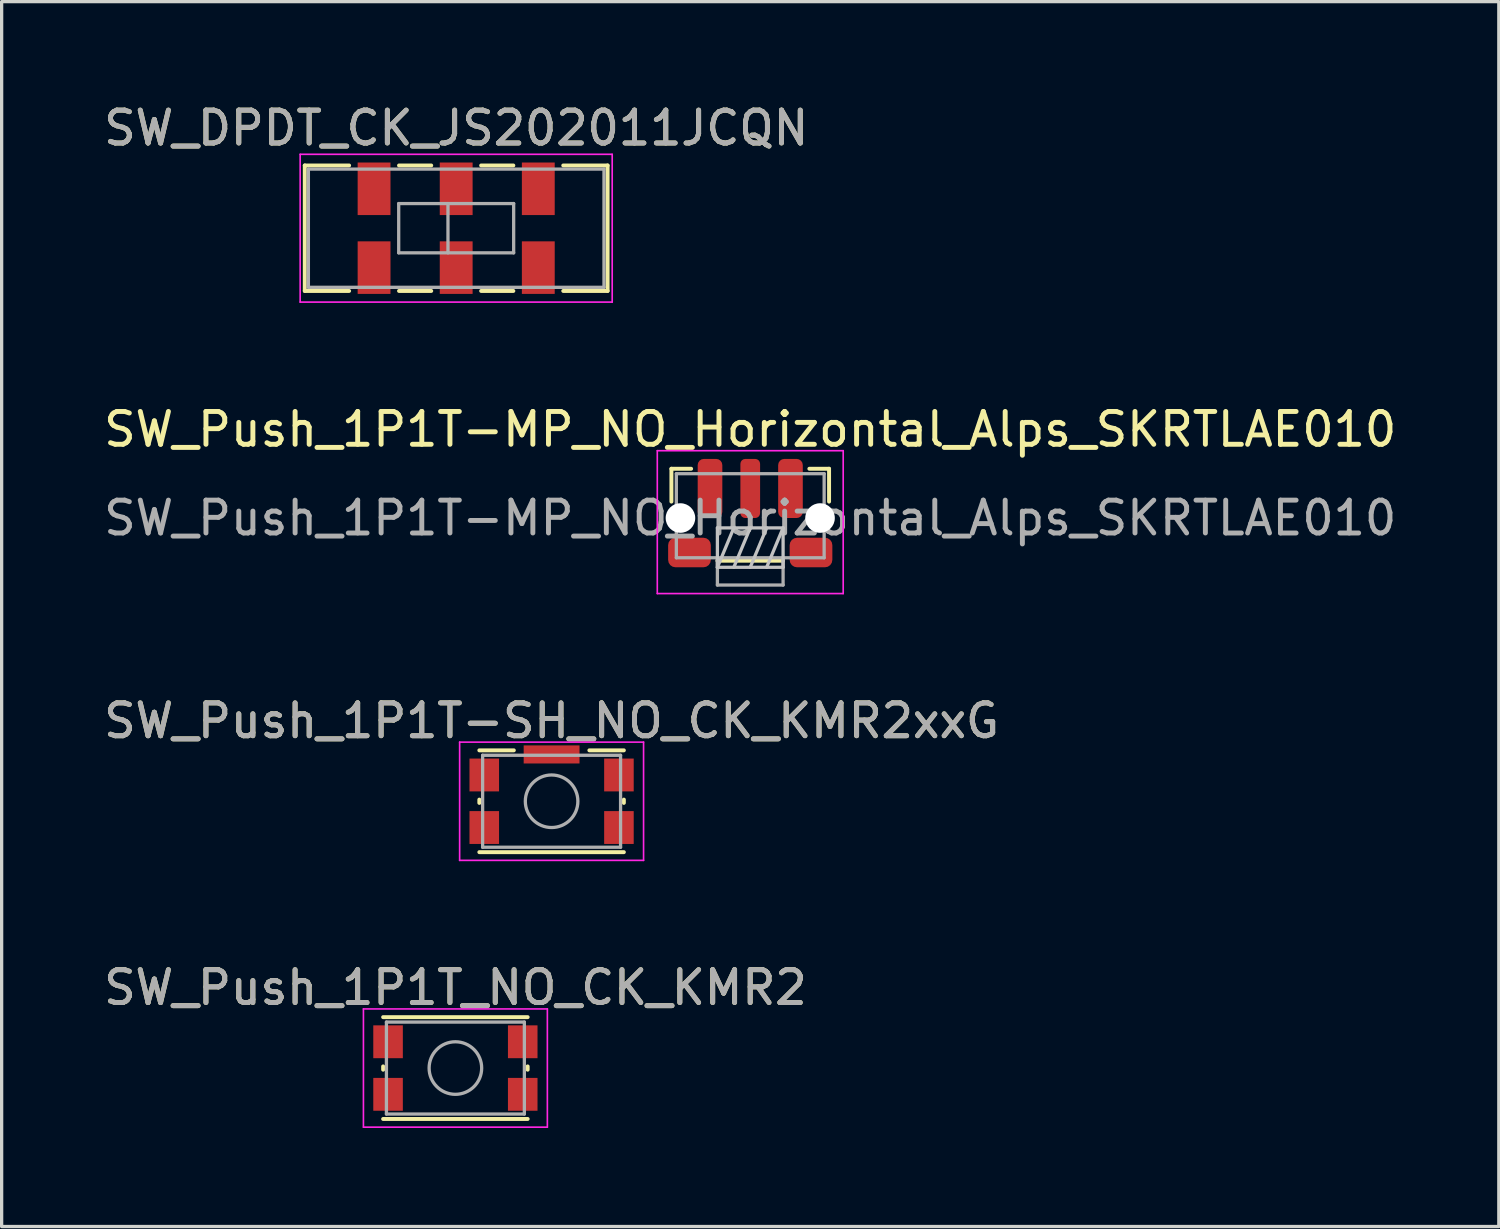
<source format=kicad_pcb>
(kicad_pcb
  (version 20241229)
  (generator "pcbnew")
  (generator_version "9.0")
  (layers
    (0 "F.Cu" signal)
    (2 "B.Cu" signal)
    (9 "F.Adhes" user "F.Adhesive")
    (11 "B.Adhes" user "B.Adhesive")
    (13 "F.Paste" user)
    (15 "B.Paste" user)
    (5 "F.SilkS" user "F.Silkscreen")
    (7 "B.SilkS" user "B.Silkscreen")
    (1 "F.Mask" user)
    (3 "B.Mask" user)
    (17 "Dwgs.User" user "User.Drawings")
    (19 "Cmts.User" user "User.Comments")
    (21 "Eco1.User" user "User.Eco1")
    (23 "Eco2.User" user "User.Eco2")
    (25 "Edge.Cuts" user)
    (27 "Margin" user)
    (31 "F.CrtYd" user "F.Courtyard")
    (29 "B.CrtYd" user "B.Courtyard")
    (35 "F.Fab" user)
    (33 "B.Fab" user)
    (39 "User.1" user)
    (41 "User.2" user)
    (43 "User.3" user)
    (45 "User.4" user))
  (footprint "SW_Push_1P1T-MP_NO_Horizontal_Alps_SKRTLAE010"
    (layer "F.Cu")
    (at 19.792 12.722)
    (property "Reference" "SW_Push_1P1T-MP_NO_Horizontal_Alps_SKRTLAE010" (at 0 -2.7 180) (layer "F.SilkS") (effects (font (size 1 1) (thickness 0.15))))
    (attr smd)
    (fp_line (start -2.4 -1.5) (end -2.4 -0.5) (stroke (width 0.12) (type solid)) (layer "F.SilkS"))
    (fp_line (start -1.8 -1.5) (end -2.4 -1.5) (stroke (width 0.12) (type solid)) (layer "F.SilkS"))
    (fp_line (start -1 1.3) (end 1 1.3) (stroke (width 0.12) (type solid)) (layer "F.SilkS"))
    (fp_line (start 1.8 -1.5) (end 2.4 -1.5) (stroke (width 0.12) (type solid)) (layer "F.SilkS"))
    (fp_line (start 2.4 -1.5) (end 2.4 -0.5) (stroke (width 0.12) (type solid)) (layer "F.SilkS"))
    (fp_line (start -1 0.3) (end -1 1.5) (stroke (width 0.1) (type solid)) (layer "Dwgs.User"))
    (fp_line (start -1 1.5) (end -0.5 0.3) (stroke (width 0.1) (type solid)) (layer "Dwgs.User"))
    (fp_line (start -1 1.5) (end 1 1.5) (stroke (width 0.1) (type solid)) (layer "Dwgs.User"))
    (fp_line (start -0.5 1.5) (end 0 0.3) (stroke (width 0.1) (type solid)) (layer "Dwgs.User"))
    (fp_line (start 0 1.5) (end 0.5 0.3) (stroke (width 0.1) (type solid)) (layer "Dwgs.User"))
    (fp_line (start 0.5 1.5) (end 1 0.3) (stroke (width 0.1) (type solid)) (layer "Dwgs.User"))
    (fp_line (start 1 0.3) (end -1 0.3) (stroke (width 0.1) (type solid)) (layer "Dwgs.User"))
    (fp_line (start 1 1.5) (end 1 0.3) (stroke (width 0.1) (type solid)) (layer "Dwgs.User"))
    (fp_line (start -2.83 -2.05) (end -2.83 2.3) (stroke (width 0.05) (type solid)) (layer "F.CrtYd"))
    (fp_line (start -2.83 -2.05) (end 2.83 -2.05) (stroke (width 0.05) (type solid)) (layer "F.CrtYd"))
    (fp_line (start -2.83 2.3) (end 2.83 2.3) (stroke (width 0.05) (type solid)) (layer "F.CrtYd"))
    (fp_line (start 2.83 -2.05) (end 2.83 2.3) (stroke (width 0.05) (type solid)) (layer "F.CrtYd"))
    (fp_line (start -2.25 -1.35) (end -2.25 1.21) (stroke (width 0.1) (type solid)) (layer "F.Fab"))
    (fp_line (start -2.25 -1.35) (end 2.25 -1.35) (stroke (width 0.1) (type solid)) (layer "F.Fab"))
    (fp_line (start -2.25 1.21) (end 2.25 1.21) (stroke (width 0.1) (type solid)) (layer "F.Fab"))
    (fp_line (start -1 2.04) (end -1 1.21) (stroke (width 0.1) (type solid)) (layer "F.Fab"))
    (fp_line (start -1 2.04) (end 1 2.04) (stroke (width 0.1) (type solid)) (layer "F.Fab"))
    (fp_line (start 1 2.04) (end 1 1.21) (stroke (width 0.1) (type solid)) (layer "F.Fab"))
    (fp_line (start 2.25 -1.35) (end 2.25 1.21) (stroke (width 0.1) (type solid)) (layer "F.Fab"))
    (fp_text user "${REFERENCE}" (at 0 0 0) (layer "F.Fab") (effects (font (size 1 1) (thickness 0.15))))
    (pad "" np_thru_hole circle (at -2.125 0) (size 0.9 0.9) (drill 0.9) (layers "*.Cu" "*.Mask"))
    (pad "" np_thru_hole circle (at 2.125 0) (size 0.9 0.9) (drill 0.9) (layers "*.Cu" "*.Mask"))
    (pad "1" smd roundrect (at -1.225 -0.9) (size 0.75 1.8) (layers "F.Cu" "F.Mask" "F.Paste") (roundrect_rratio 0.25))
    (pad "1" smd roundrect (at 1.225 -0.9) (size 0.75 1.8) (layers "F.Cu" "F.Mask" "F.Paste") (roundrect_rratio 0.25))
    (pad "2" smd roundrect (at 0 -0.9) (size 0.6 1.8) (layers "F.Cu" "F.Mask" "F.Paste") (roundrect_rratio 0.25))
    (pad "MP" smd roundrect (at -1.85 1.05) (size 1.3 0.9) (layers "F.Cu" "F.Mask" "F.Paste") (roundrect_rratio 0.25))
    (pad "MP" smd roundrect (at 1.85 1.05) (size 1.3 0.9) (layers "F.Cu" "F.Mask" "F.Paste") (roundrect_rratio 0.25)))
  (footprint "SW_Push_1P1T_NO_CK_KMR2"
    (layer "F.Cu")
    (at 10.815 29.468)
    (property "Reference" "SW_Push_1P1T_NO_CK_KMR2" (at 0 -2.45 0) (layer "F.SilkS") (effects (font (size 1 1) (thickness 0.15))))
    (attr smd)
    (fp_line (start -2.2 0.05) (end -2.2 -0.05) (stroke (width 0.12) (type solid)) (layer "F.SilkS"))
    (fp_line (start -2.2 1.55) (end 2.2 1.55) (stroke (width 0.12) (type solid)) (layer "F.SilkS"))
    (fp_line (start 2.2 -1.55) (end -2.2 -1.55) (stroke (width 0.12) (type solid)) (layer "F.SilkS"))
    (fp_line (start 2.2 0.05) (end 2.2 -0.05) (stroke (width 0.12) (type solid)) (layer "F.SilkS"))
    (fp_line (start -2.8 -1.8) (end 2.8 -1.8) (stroke (width 0.05) (type solid)) (layer "F.CrtYd"))
    (fp_line (start -2.8 1.8) (end -2.8 -1.8) (stroke (width 0.05) (type solid)) (layer "F.CrtYd"))
    (fp_line (start 2.8 -1.8) (end 2.8 1.8) (stroke (width 0.05) (type solid)) (layer "F.CrtYd"))
    (fp_line (start 2.8 1.8) (end -2.8 1.8) (stroke (width 0.05) (type solid)) (layer "F.CrtYd"))
    (fp_line (start -2.1 -1.4) (end 2.1 -1.4) (stroke (width 0.1) (type solid)) (layer "F.Fab"))
    (fp_line (start -2.1 1.4) (end -2.1 -1.4) (stroke (width 0.1) (type solid)) (layer "F.Fab"))
    (fp_line (start 2.1 -1.4) (end 2.1 1.4) (stroke (width 0.1) (type solid)) (layer "F.Fab"))
    (fp_line (start 2.1 1.4) (end -2.1 1.4) (stroke (width 0.1) (type solid)) (layer "F.Fab"))
    (fp_circle (center 0 0) (end 0 0.8) (stroke (width 0.1) (type solid)) (fill no) (layer "F.Fab"))
    (fp_text user "${REFERENCE}" (at 0 -2.45 0) (layer "F.Fab") (effects (font (size 1 1) (thickness 0.15))))
    (pad "1" smd rect (at -2.05 -0.8) (size 0.9 1) (layers "F.Cu" "F.Mask" "F.Paste"))
    (pad "1" smd rect (at 2.05 -0.8) (size 0.9 1) (layers "F.Cu" "F.Mask" "F.Paste"))
    (pad "2" smd rect (at -2.05 0.8) (size 0.9 1) (layers "F.Cu" "F.Mask" "F.Paste"))
    (pad "2" smd rect (at 2.05 0.8) (size 0.9 1) (layers "F.Cu" "F.Mask" "F.Paste")))
  (footprint "SW_DPDT_CK_JS202011JCQN"
    (layer "F.Cu")
    (at 10.839 3.898)
    (property "Reference" "SW_DPDT_CK_JS202011JCQN" (at 0 -3.05 0) (layer "F.SilkS") (effects (font (size 1 1) (thickness 0.15))))
    (attr smd)
    (fp_line (start -4.61 -1.91) (end -4.61 1.91) (stroke (width 0.12) (type solid)) (layer "F.SilkS"))
    (fp_line (start -4.61 1.91) (end -3.26 1.91) (stroke (width 0.12) (type solid)) (layer "F.SilkS"))
    (fp_line (start -3.26 -1.91) (end -4.61 -1.91) (stroke (width 0.12) (type solid)) (layer "F.SilkS"))
    (fp_line (start -0.76 -1.91) (end -1.74 -1.91) (stroke (width 0.12) (type solid)) (layer "F.SilkS"))
    (fp_line (start -0.76 1.91) (end -1.74 1.91) (stroke (width 0.12) (type solid)) (layer "F.SilkS"))
    (fp_line (start 1.74 -1.91) (end 0.76 -1.91) (stroke (width 0.12) (type solid)) (layer "F.SilkS"))
    (fp_line (start 1.74 1.91) (end 0.76 1.91) (stroke (width 0.12) (type solid)) (layer "F.SilkS"))
    (fp_line (start 4.61 -1.91) (end 3.26 -1.91) (stroke (width 0.12) (type solid)) (layer "F.SilkS"))
    (fp_line (start 4.61 -1.91) (end 4.61 1.91) (stroke (width 0.12) (type solid)) (layer "F.SilkS"))
    (fp_line (start 4.61 1.91) (end 3.26 1.91) (stroke (width 0.12) (type solid)) (layer "F.SilkS"))
    (fp_line (start -4.75 -2.25) (end -4.75 2.25) (stroke (width 0.05) (type solid)) (layer "F.CrtYd"))
    (fp_line (start -4.75 -2.25) (end 4.75 -2.25) (stroke (width 0.05) (type solid)) (layer "F.CrtYd"))
    (fp_line (start 4.75 -2.25) (end 4.75 2.25) (stroke (width 0.05) (type solid)) (layer "F.CrtYd"))
    (fp_line (start 4.75 2.25) (end -4.75 2.25) (stroke (width 0.05) (type solid)) (layer "F.CrtYd"))
    (fp_line (start -4.5 -1.8) (end 4.5 -1.8) (stroke (width 0.1) (type solid)) (layer "F.Fab"))
    (fp_line (start -4.5 1.8) (end -4.5 -1.8) (stroke (width 0.1) (type solid)) (layer "F.Fab"))
    (fp_line (start -1.75 -0.75) (end -1.75 0.75) (stroke (width 0.1) (type solid)) (layer "F.Fab"))
    (fp_line (start -1.75 -0.75) (end 1.75 -0.75) (stroke (width 0.1) (type solid)) (layer "F.Fab"))
    (fp_line (start -0.25 -0.75) (end -0.25 0.75) (stroke (width 0.1) (type solid)) (layer "F.Fab"))
    (fp_line (start 1.75 -0.75) (end 1.75 0.75) (stroke (width 0.1) (type solid)) (layer "F.Fab"))
    (fp_line (start 1.75 0.75) (end -1.75 0.75) (stroke (width 0.1) (type solid)) (layer "F.Fab"))
    (fp_line (start 4.5 -1.8) (end 4.5 1.8) (stroke (width 0.1) (type solid)) (layer "F.Fab"))
    (fp_line (start 4.5 1.8) (end -4.5 1.8) (stroke (width 0.1) (type solid)) (layer "F.Fab"))
    (fp_text user "${REFERENCE}" (at 0 -3.05 0) (layer "F.Fab") (effects (font (size 1 1) (thickness 0.15))))
    (pad "1" smd rect (at -2.5 -1.2) (size 1 1.6) (layers "F.Cu" "F.Mask" "F.Paste"))
    (pad "2" smd rect (at 0 -1.2) (size 1 1.6) (layers "F.Cu" "F.Mask" "F.Paste"))
    (pad "3" smd rect (at 2.5 -1.2) (size 1 1.6) (layers "F.Cu" "F.Mask" "F.Paste"))
    (pad "4" smd rect (at -2.5 1.2) (size 1 1.6) (layers "F.Cu" "F.Mask" "F.Paste"))
    (pad "5" smd rect (at 0 1.2) (size 1 1.6) (layers "F.Cu" "F.Mask" "F.Paste"))
    (pad "6" smd rect (at 2.5 1.2) (size 1 1.6) (layers "F.Cu" "F.Mask" "F.Paste")))
  (footprint "SW_Push_1P1T-SH_NO_CK_KMR2xxG"
    (layer "F.Cu")
    (at 13.744 21.345)
    (property "Reference" "SW_Push_1P1T-SH_NO_CK_KMR2xxG" (at 0 -2.45 0) (layer "F.SilkS") (effects (font (size 1 1) (thickness 0.15))))
    (attr smd)
    (fp_line (start -2.2 0.05) (end -2.2 -0.05) (stroke (width 0.12) (type solid)) (layer "F.SilkS"))
    (fp_line (start -2.2 1.55) (end 2.2 1.55) (stroke (width 0.12) (type solid)) (layer "F.SilkS"))
    (fp_line (start -1.15 -1.55) (end -2.2 -1.55) (stroke (width 0.12) (type solid)) (layer "F.SilkS"))
    (fp_line (start 2.2 -1.55) (end 1.15 -1.55) (stroke (width 0.12) (type solid)) (layer "F.SilkS"))
    (fp_line (start 2.2 0.05) (end 2.2 -0.05) (stroke (width 0.12) (type solid)) (layer "F.SilkS"))
    (fp_line (start -2.8 -1.8) (end 2.8 -1.8) (stroke (width 0.05) (type solid)) (layer "F.CrtYd"))
    (fp_line (start -2.8 1.8) (end -2.8 -1.8) (stroke (width 0.05) (type solid)) (layer "F.CrtYd"))
    (fp_line (start 2.8 -1.8) (end 2.8 1.8) (stroke (width 0.05) (type solid)) (layer "F.CrtYd"))
    (fp_line (start 2.8 1.8) (end -2.8 1.8) (stroke (width 0.05) (type solid)) (layer "F.CrtYd"))
    (fp_line (start -2.1 -1.4) (end 2.1 -1.4) (stroke (width 0.1) (type solid)) (layer "F.Fab"))
    (fp_line (start -2.1 1.4) (end -2.1 -1.4) (stroke (width 0.1) (type solid)) (layer "F.Fab"))
    (fp_line (start 2.1 -1.4) (end 2.1 1.4) (stroke (width 0.1) (type solid)) (layer "F.Fab"))
    (fp_line (start 2.1 1.4) (end -2.1 1.4) (stroke (width 0.1) (type solid)) (layer "F.Fab"))
    (fp_circle (center 0 0) (end 0 0.8) (stroke (width 0.1) (type solid)) (fill no) (layer "F.Fab"))
    (fp_text user "${REFERENCE}" (at 0 -2.45 0) (layer "F.Fab") (effects (font (size 1 1) (thickness 0.15))))
    (pad "1" smd rect (at -2.05 -0.8) (size 0.9 1) (layers "F.Cu" "F.Mask" "F.Paste"))
    (pad "1" smd rect (at 2.05 -0.8) (size 0.9 1) (layers "F.Cu" "F.Mask" "F.Paste"))
    (pad "2" smd rect (at -2.05 0.8) (size 0.9 1) (layers "F.Cu" "F.Mask" "F.Paste"))
    (pad "2" smd rect (at 2.05 0.8) (size 0.9 1) (layers "F.Cu" "F.Mask" "F.Paste"))
    (pad "SH" smd rect (at 0 -1.425) (size 1.7 0.55) (layers "F.Cu" "F.Mask" "F.Paste")))
  (gr_rect
    (start -3 -3)
    (end 42.583 34.293)
    (stroke (width 0.1) (type default))
    (fill no)
    (layer "Edge.Cuts")))
</source>
